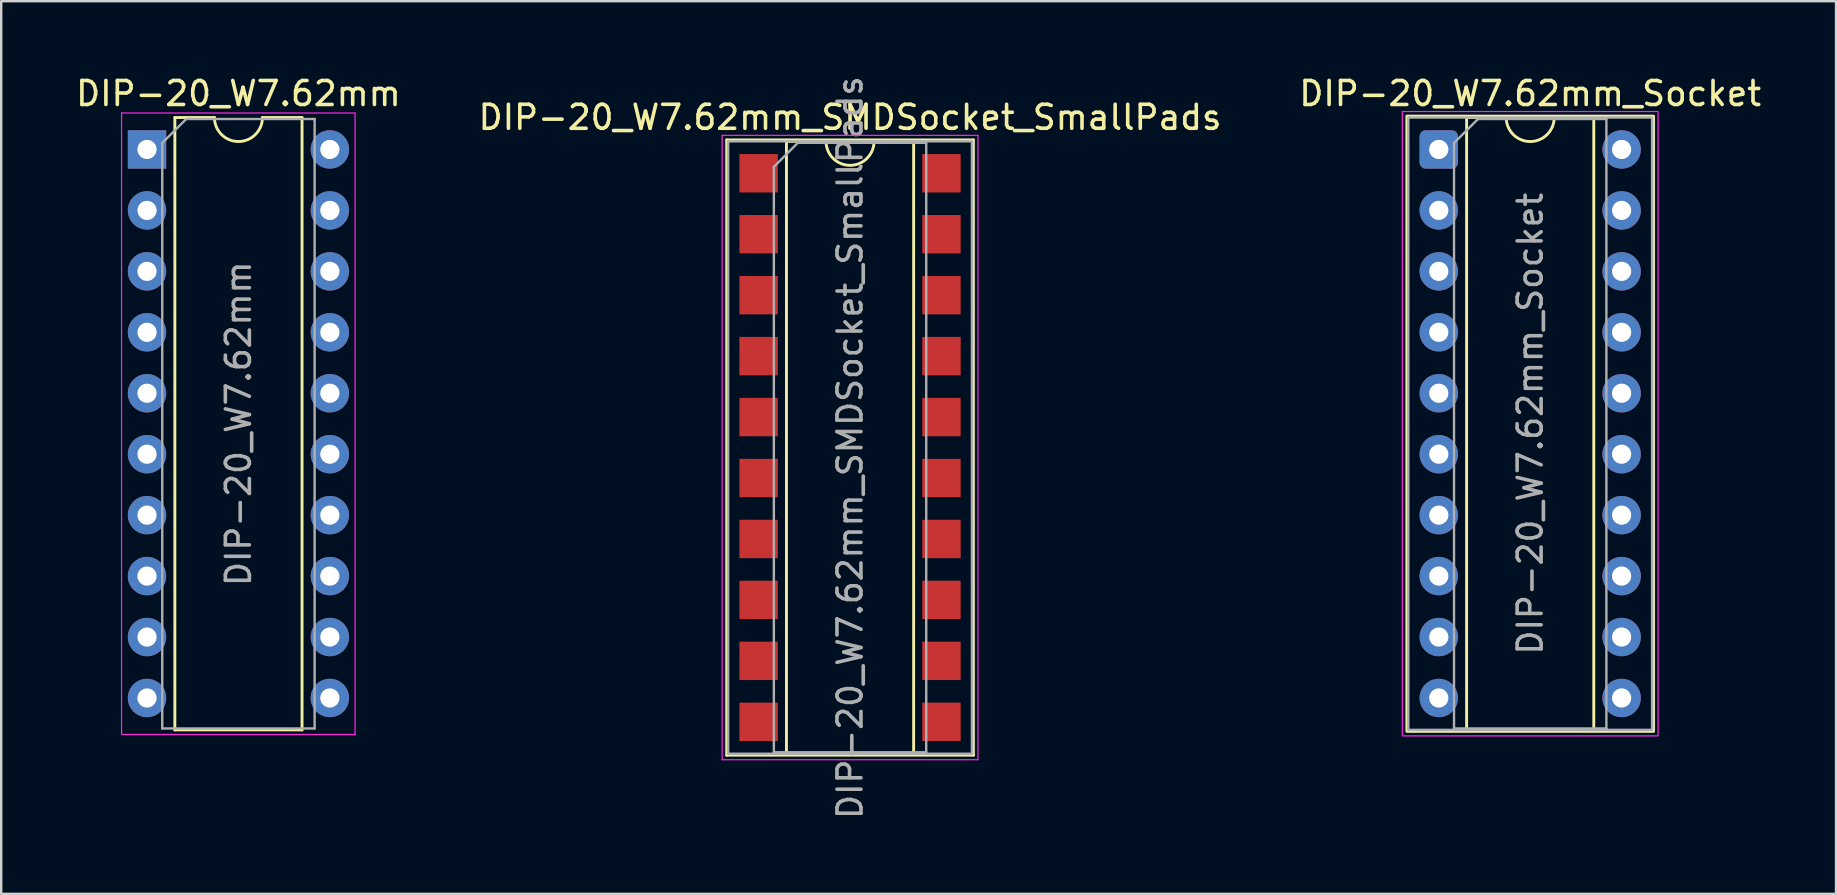
<source format=kicad_pcb>
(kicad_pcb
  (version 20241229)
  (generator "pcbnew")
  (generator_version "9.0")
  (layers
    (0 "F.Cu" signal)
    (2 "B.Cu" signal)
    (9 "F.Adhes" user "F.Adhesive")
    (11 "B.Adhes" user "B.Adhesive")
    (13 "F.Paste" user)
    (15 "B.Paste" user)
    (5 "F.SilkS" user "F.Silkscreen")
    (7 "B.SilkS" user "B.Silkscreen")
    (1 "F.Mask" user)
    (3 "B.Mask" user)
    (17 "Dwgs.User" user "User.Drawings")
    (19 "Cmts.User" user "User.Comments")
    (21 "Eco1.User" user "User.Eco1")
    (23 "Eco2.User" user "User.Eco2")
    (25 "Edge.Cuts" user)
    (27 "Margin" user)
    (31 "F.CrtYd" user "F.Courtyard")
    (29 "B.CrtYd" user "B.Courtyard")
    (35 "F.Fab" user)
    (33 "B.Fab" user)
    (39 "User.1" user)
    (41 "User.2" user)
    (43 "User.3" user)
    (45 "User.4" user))
  (footprint "DIP-20_W7.62mm"
    (layer "F.Cu")
    (at 3.077 3.178)
    (property "Reference" "DIP-20_W7.62mm" (at 3.81 -2.33 0) (layer "F.SilkS") (effects (font (size 1 1) (thickness 0.15))))
    (attr through_hole)
    (fp_line (start 1.16 -1.33) (end 1.16 24.19) (stroke (width 0.12) (type solid)) (layer "F.SilkS"))
    (fp_line (start 1.16 24.19) (end 6.46 24.19) (stroke (width 0.12) (type solid)) (layer "F.SilkS"))
    (fp_line (start 2.81 -1.33) (end 1.16 -1.33) (stroke (width 0.12) (type solid)) (layer "F.SilkS"))
    (fp_line (start 6.46 -1.33) (end 4.81 -1.33) (stroke (width 0.12) (type solid)) (layer "F.SilkS"))
    (fp_line (start 6.46 24.19) (end 6.46 -1.33) (stroke (width 0.12) (type solid)) (layer "F.SilkS"))
    (fp_arc (start 4.81 -1.33) (mid 3.81 -0.33) (end 2.81 -1.33) (stroke (width 0.12) (type solid)) (layer "F.SilkS"))
    (fp_line (start -1.06 -1.52) (end -1.06 24.38) (stroke (width 0.05) (type solid)) (layer "F.CrtYd"))
    (fp_line (start -1.06 24.38) (end 8.67 24.38) (stroke (width 0.05) (type solid)) (layer "F.CrtYd"))
    (fp_line (start 8.67 -1.52) (end -1.06 -1.52) (stroke (width 0.05) (type solid)) (layer "F.CrtYd"))
    (fp_line (start 8.67 24.38) (end 8.67 -1.52) (stroke (width 0.05) (type solid)) (layer "F.CrtYd"))
    (fp_line (start 0.635 -0.27) (end 1.635 -1.27) (stroke (width 0.1) (type solid)) (layer "F.Fab"))
    (fp_line (start 0.635 24.13) (end 0.635 -0.27) (stroke (width 0.1) (type solid)) (layer "F.Fab"))
    (fp_line (start 1.635 -1.27) (end 6.985 -1.27) (stroke (width 0.1) (type solid)) (layer "F.Fab"))
    (fp_line (start 6.985 -1.27) (end 6.985 24.13) (stroke (width 0.1) (type solid)) (layer "F.Fab"))
    (fp_line (start 6.985 24.13) (end 0.635 24.13) (stroke (width 0.1) (type solid)) (layer "F.Fab"))
    (fp_text user "${REFERENCE}" (at 3.81 11.43 90) (layer "F.Fab") (effects (font (size 1 1) (thickness 0.15))))
    (pad "1" thru_hole rect (at 0 0) (size 1.6 1.6) (drill 0.8) (layers "*.Cu" "*.Mask"))
    (pad "2" thru_hole circle (at 0 2.54) (size 1.6 1.6) (drill 0.8) (layers "*.Cu" "*.Mask"))
    (pad "3" thru_hole circle (at 0 5.08) (size 1.6 1.6) (drill 0.8) (layers "*.Cu" "*.Mask"))
    (pad "4" thru_hole circle (at 0 7.62) (size 1.6 1.6) (drill 0.8) (layers "*.Cu" "*.Mask"))
    (pad "5" thru_hole circle (at 0 10.16) (size 1.6 1.6) (drill 0.8) (layers "*.Cu" "*.Mask"))
    (pad "6" thru_hole circle (at 0 12.7) (size 1.6 1.6) (drill 0.8) (layers "*.Cu" "*.Mask"))
    (pad "7" thru_hole circle (at 0 15.24) (size 1.6 1.6) (drill 0.8) (layers "*.Cu" "*.Mask"))
    (pad "8" thru_hole circle (at 0 17.78) (size 1.6 1.6) (drill 0.8) (layers "*.Cu" "*.Mask"))
    (pad "9" thru_hole circle (at 0 20.32) (size 1.6 1.6) (drill 0.8) (layers "*.Cu" "*.Mask"))
    (pad "10" thru_hole circle (at 0 22.86) (size 1.6 1.6) (drill 0.8) (layers "*.Cu" "*.Mask"))
    (pad "11" thru_hole circle (at 7.62 22.86) (size 1.6 1.6) (drill 0.8) (layers "*.Cu" "*.Mask"))
    (pad "12" thru_hole circle (at 7.62 20.32) (size 1.6 1.6) (drill 0.8) (layers "*.Cu" "*.Mask"))
    (pad "13" thru_hole circle (at 7.62 17.78) (size 1.6 1.6) (drill 0.8) (layers "*.Cu" "*.Mask"))
    (pad "14" thru_hole circle (at 7.62 15.24) (size 1.6 1.6) (drill 0.8) (layers "*.Cu" "*.Mask"))
    (pad "15" thru_hole circle (at 7.62 12.7) (size 1.6 1.6) (drill 0.8) (layers "*.Cu" "*.Mask"))
    (pad "16" thru_hole circle (at 7.62 10.16) (size 1.6 1.6) (drill 0.8) (layers "*.Cu" "*.Mask"))
    (pad "17" thru_hole circle (at 7.62 7.62) (size 1.6 1.6) (drill 0.8) (layers "*.Cu" "*.Mask"))
    (pad "18" thru_hole circle (at 7.62 5.08) (size 1.6 1.6) (drill 0.8) (layers "*.Cu" "*.Mask"))
    (pad "19" thru_hole circle (at 7.62 2.54) (size 1.6 1.6) (drill 0.8) (layers "*.Cu" "*.Mask"))
    (pad "20" thru_hole circle (at 7.62 0) (size 1.6 1.6) (drill 0.8) (layers "*.Cu" "*.Mask")))
  (footprint "DIP-20_W7.62mm_SMDSocket_SmallPads"
    (layer "F.Cu")
    (at 32.375 15.601)
    (property "Reference" "DIP-20_W7.62mm_SMDSocket_SmallPads" (at 0 -13.76 0) (layer "F.SilkS") (effects (font (size 1 1) (thickness 0.15))))
    (attr smd)
    (fp_line (start -5.14 -12.82) (end -5.14 12.82) (stroke (width 0.12) (type solid)) (layer "F.SilkS"))
    (fp_line (start -5.14 12.82) (end 5.14 12.82) (stroke (width 0.12) (type solid)) (layer "F.SilkS"))
    (fp_line (start -2.65 -12.76) (end -2.65 12.76) (stroke (width 0.12) (type solid)) (layer "F.SilkS"))
    (fp_line (start -2.65 12.76) (end 2.65 12.76) (stroke (width 0.12) (type solid)) (layer "F.SilkS"))
    (fp_line (start -1 -12.76) (end -2.65 -12.76) (stroke (width 0.12) (type solid)) (layer "F.SilkS"))
    (fp_line (start 2.65 -12.76) (end 1 -12.76) (stroke (width 0.12) (type solid)) (layer "F.SilkS"))
    (fp_line (start 2.65 12.76) (end 2.65 -12.76) (stroke (width 0.12) (type solid)) (layer "F.SilkS"))
    (fp_line (start 5.14 -12.82) (end -5.14 -12.82) (stroke (width 0.12) (type solid)) (layer "F.SilkS"))
    (fp_line (start 5.14 12.82) (end 5.14 -12.82) (stroke (width 0.12) (type solid)) (layer "F.SilkS"))
    (fp_arc (start 1 -12.76) (mid 0 -11.76) (end -1 -12.76) (stroke (width 0.12) (type solid)) (layer "F.SilkS"))
    (fp_line (start -5.33 -13.01) (end -5.33 13.01) (stroke (width 0.05) (type solid)) (layer "F.CrtYd"))
    (fp_line (start -5.33 13.01) (end 5.33 13.01) (stroke (width 0.05) (type solid)) (layer "F.CrtYd"))
    (fp_line (start 5.33 -13.01) (end -5.33 -13.01) (stroke (width 0.05) (type solid)) (layer "F.CrtYd"))
    (fp_line (start 5.33 13.01) (end 5.33 -13.01) (stroke (width 0.05) (type solid)) (layer "F.CrtYd"))
    (fp_line (start -5.08 -12.76) (end -5.08 12.76) (stroke (width 0.1) (type solid)) (layer "F.Fab"))
    (fp_line (start -5.08 12.76) (end 5.08 12.76) (stroke (width 0.1) (type solid)) (layer "F.Fab"))
    (fp_line (start -3.175 -11.7) (end -2.175 -12.7) (stroke (width 0.1) (type solid)) (layer "F.Fab"))
    (fp_line (start -3.175 12.7) (end -3.175 -11.7) (stroke (width 0.1) (type solid)) (layer "F.Fab"))
    (fp_line (start -2.175 -12.7) (end 3.175 -12.7) (stroke (width 0.1) (type solid)) (layer "F.Fab"))
    (fp_line (start 3.175 -12.7) (end 3.175 12.7) (stroke (width 0.1) (type solid)) (layer "F.Fab"))
    (fp_line (start 3.175 12.7) (end -3.175 12.7) (stroke (width 0.1) (type solid)) (layer "F.Fab"))
    (fp_line (start 5.08 -12.76) (end -5.08 -12.76) (stroke (width 0.1) (type solid)) (layer "F.Fab"))
    (fp_line (start 5.08 12.76) (end 5.08 -12.76) (stroke (width 0.1) (type solid)) (layer "F.Fab"))
    (fp_text user "${REFERENCE}" (at 0 0 90) (layer "F.Fab") (effects (font (size 1 1) (thickness 0.15))))
    (pad "1" smd rect (at -3.81 -11.43) (size 1.6 1.6) (layers "F.Cu" "F.Mask" "F.Paste"))
    (pad "2" smd rect (at -3.81 -8.89) (size 1.6 1.6) (layers "F.Cu" "F.Mask" "F.Paste"))
    (pad "3" smd rect (at -3.81 -6.35) (size 1.6 1.6) (layers "F.Cu" "F.Mask" "F.Paste"))
    (pad "4" smd rect (at -3.81 -3.81) (size 1.6 1.6) (layers "F.Cu" "F.Mask" "F.Paste"))
    (pad "5" smd rect (at -3.81 -1.27) (size 1.6 1.6) (layers "F.Cu" "F.Mask" "F.Paste"))
    (pad "6" smd rect (at -3.81 1.27) (size 1.6 1.6) (layers "F.Cu" "F.Mask" "F.Paste"))
    (pad "7" smd rect (at -3.81 3.81) (size 1.6 1.6) (layers "F.Cu" "F.Mask" "F.Paste"))
    (pad "8" smd rect (at -3.81 6.35) (size 1.6 1.6) (layers "F.Cu" "F.Mask" "F.Paste"))
    (pad "9" smd rect (at -3.81 8.89) (size 1.6 1.6) (layers "F.Cu" "F.Mask" "F.Paste"))
    (pad "10" smd rect (at -3.81 11.43) (size 1.6 1.6) (layers "F.Cu" "F.Mask" "F.Paste"))
    (pad "11" smd rect (at 3.81 11.43) (size 1.6 1.6) (layers "F.Cu" "F.Mask" "F.Paste"))
    (pad "12" smd rect (at 3.81 8.89) (size 1.6 1.6) (layers "F.Cu" "F.Mask" "F.Paste"))
    (pad "13" smd rect (at 3.81 6.35) (size 1.6 1.6) (layers "F.Cu" "F.Mask" "F.Paste"))
    (pad "14" smd rect (at 3.81 3.81) (size 1.6 1.6) (layers "F.Cu" "F.Mask" "F.Paste"))
    (pad "15" smd rect (at 3.81 1.27) (size 1.6 1.6) (layers "F.Cu" "F.Mask" "F.Paste"))
    (pad "16" smd rect (at 3.81 -1.27) (size 1.6 1.6) (layers "F.Cu" "F.Mask" "F.Paste"))
    (pad "17" smd rect (at 3.81 -3.81) (size 1.6 1.6) (layers "F.Cu" "F.Mask" "F.Paste"))
    (pad "18" smd rect (at 3.81 -6.35) (size 1.6 1.6) (layers "F.Cu" "F.Mask" "F.Paste"))
    (pad "19" smd rect (at 3.81 -8.89) (size 1.6 1.6) (layers "F.Cu" "F.Mask" "F.Paste"))
    (pad "20" smd rect (at 3.81 -11.43) (size 1.6 1.6) (layers "F.Cu" "F.Mask" "F.Paste")))
  (footprint "DIP-20_W7.62mm_Socket"
    (layer "F.Cu")
    (at 56.91 3.178)
    (property "Reference" "DIP-20_W7.62mm_Socket" (at 3.81 -2.33 0) (layer "F.SilkS") (effects (font (size 1 1) (thickness 0.15))))
    (attr through_hole)
    (fp_line (start 1.16 -1.33) (end 1.16 24.19) (stroke (width 0.12) (type solid)) (layer "F.SilkS"))
    (fp_line (start 1.16 24.19) (end 6.46 24.19) (stroke (width 0.12) (type solid)) (layer "F.SilkS"))
    (fp_line (start 2.81 -1.33) (end 1.16 -1.33) (stroke (width 0.12) (type solid)) (layer "F.SilkS"))
    (fp_line (start 6.46 -1.33) (end 4.81 -1.33) (stroke (width 0.12) (type solid)) (layer "F.SilkS"))
    (fp_line (start 6.46 24.19) (end 6.46 -1.33) (stroke (width 0.12) (type solid)) (layer "F.SilkS"))
    (fp_rect (start -1.33 -1.39) (end 8.95 24.25) (stroke (width 0.12) (type solid)) (fill no) (layer "F.SilkS"))
    (fp_arc (start 4.81 -1.33) (mid 3.81 -0.33) (end 2.81 -1.33) (stroke (width 0.12) (type solid)) (layer "F.SilkS"))
    (fp_rect (start -1.52 -1.58) (end 9.14 24.44) (stroke (width 0.05) (type solid)) (fill no) (layer "F.CrtYd"))
    (fp_line (start 0.635 -0.27) (end 1.635 -1.27) (stroke (width 0.1) (type solid)) (layer "F.Fab"))
    (fp_line (start 0.635 24.13) (end 0.635 -0.27) (stroke (width 0.1) (type solid)) (layer "F.Fab"))
    (fp_line (start 1.635 -1.27) (end 6.985 -1.27) (stroke (width 0.1) (type solid)) (layer "F.Fab"))
    (fp_line (start 6.985 -1.27) (end 6.985 24.13) (stroke (width 0.1) (type solid)) (layer "F.Fab"))
    (fp_line (start 6.985 24.13) (end 0.635 24.13) (stroke (width 0.1) (type solid)) (layer "F.Fab"))
    (fp_rect (start -1.27 -1.33) (end 8.89 24.19) (stroke (width 0.1) (type solid)) (fill no) (layer "F.Fab"))
    (fp_text user "${REFERENCE}" (at 3.81 11.43 90) (layer "F.Fab") (effects (font (size 1 1) (thickness 0.15))))
    (pad "1" thru_hole roundrect (at 0 0) (size 1.6 1.6) (drill 0.8) (layers "*.Cu" "*.Mask") (roundrect_rratio 0.156))
    (pad "2" thru_hole circle (at 0 2.54) (size 1.6 1.6) (drill 0.8) (layers "*.Cu" "*.Mask"))
    (pad "3" thru_hole circle (at 0 5.08) (size 1.6 1.6) (drill 0.8) (layers "*.Cu" "*.Mask"))
    (pad "4" thru_hole circle (at 0 7.62) (size 1.6 1.6) (drill 0.8) (layers "*.Cu" "*.Mask"))
    (pad "5" thru_hole circle (at 0 10.16) (size 1.6 1.6) (drill 0.8) (layers "*.Cu" "*.Mask"))
    (pad "6" thru_hole circle (at 0 12.7) (size 1.6 1.6) (drill 0.8) (layers "*.Cu" "*.Mask"))
    (pad "7" thru_hole circle (at 0 15.24) (size 1.6 1.6) (drill 0.8) (layers "*.Cu" "*.Mask"))
    (pad "8" thru_hole circle (at 0 17.78) (size 1.6 1.6) (drill 0.8) (layers "*.Cu" "*.Mask"))
    (pad "9" thru_hole circle (at 0 20.32) (size 1.6 1.6) (drill 0.8) (layers "*.Cu" "*.Mask"))
    (pad "10" thru_hole circle (at 0 22.86) (size 1.6 1.6) (drill 0.8) (layers "*.Cu" "*.Mask"))
    (pad "11" thru_hole circle (at 7.62 22.86) (size 1.6 1.6) (drill 0.8) (layers "*.Cu" "*.Mask"))
    (pad "12" thru_hole circle (at 7.62 20.32) (size 1.6 1.6) (drill 0.8) (layers "*.Cu" "*.Mask"))
    (pad "13" thru_hole circle (at 7.62 17.78) (size 1.6 1.6) (drill 0.8) (layers "*.Cu" "*.Mask"))
    (pad "14" thru_hole circle (at 7.62 15.24) (size 1.6 1.6) (drill 0.8) (layers "*.Cu" "*.Mask"))
    (pad "15" thru_hole circle (at 7.62 12.7) (size 1.6 1.6) (drill 0.8) (layers "*.Cu" "*.Mask"))
    (pad "16" thru_hole circle (at 7.62 10.16) (size 1.6 1.6) (drill 0.8) (layers "*.Cu" "*.Mask"))
    (pad "17" thru_hole circle (at 7.62 7.62) (size 1.6 1.6) (drill 0.8) (layers "*.Cu" "*.Mask"))
    (pad "18" thru_hole circle (at 7.62 5.08) (size 1.6 1.6) (drill 0.8) (layers "*.Cu" "*.Mask"))
    (pad "19" thru_hole circle (at 7.62 2.54) (size 1.6 1.6) (drill 0.8) (layers "*.Cu" "*.Mask"))
    (pad "20" thru_hole circle (at 7.62 0) (size 1.6 1.6) (drill 0.8) (layers "*.Cu" "*.Mask")))
  (gr_rect
    (start -3 -3)
    (end 73.464 34.202)
    (stroke (width 0.1) (type default))
    (fill no)
    (layer "Edge.Cuts")))
</source>
